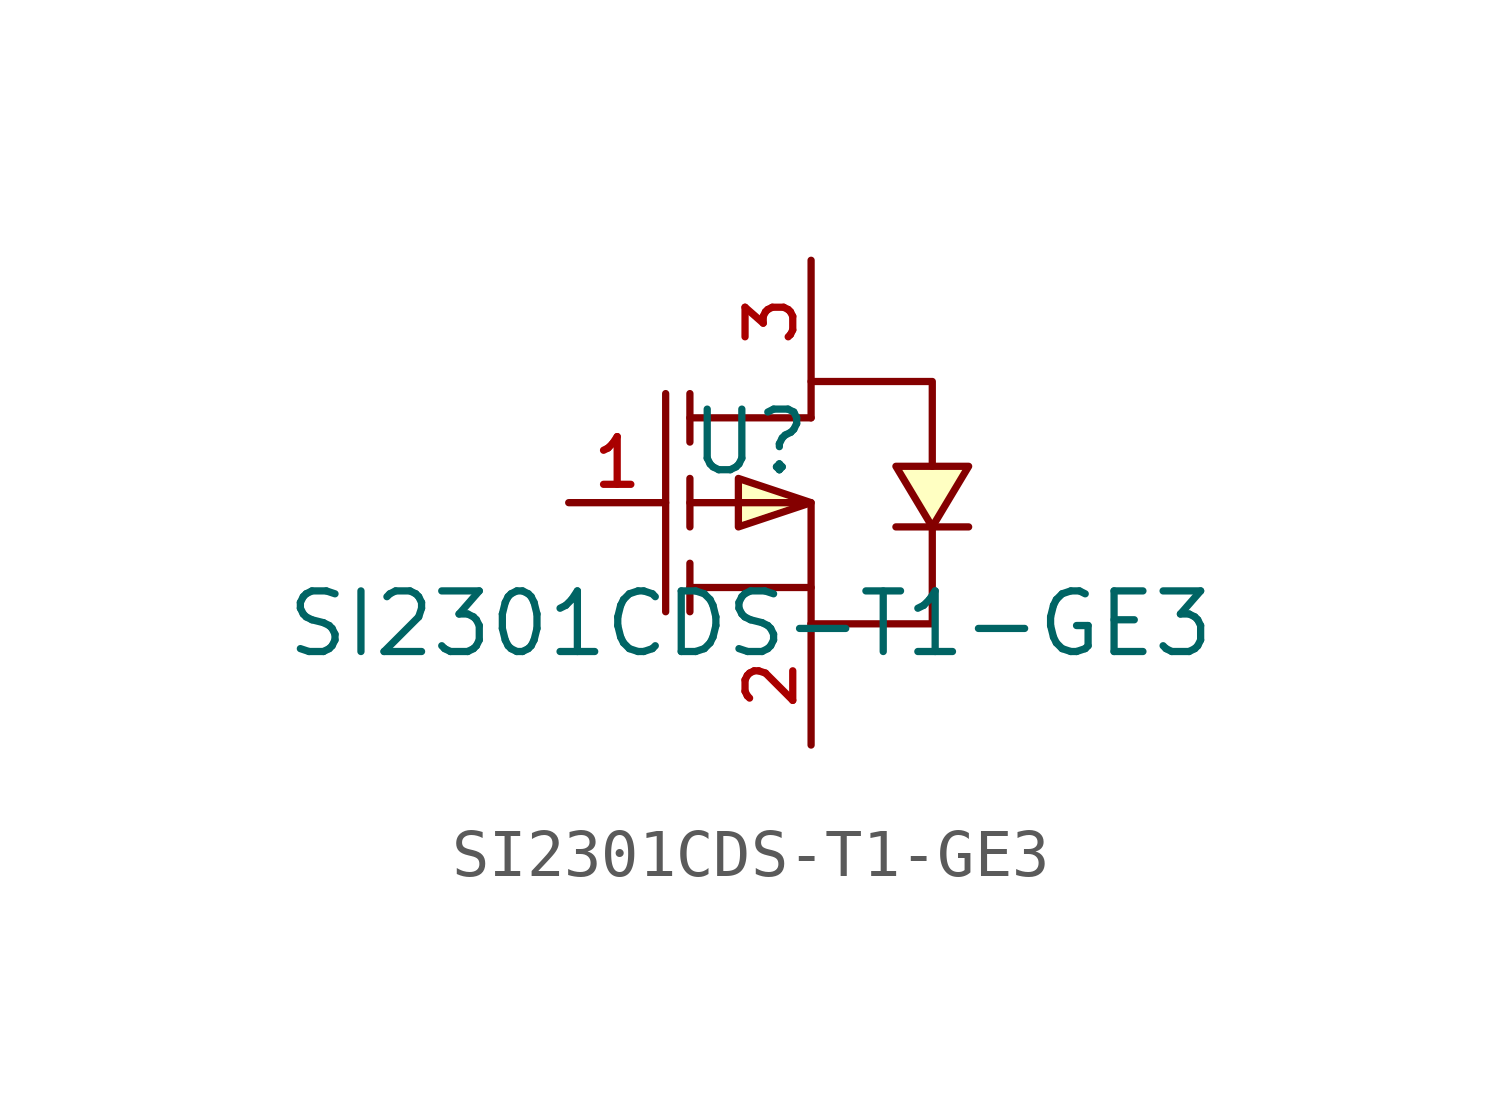
<source format=kicad_sym>
(kicad_symbol_lib
  (version 20210201)
  (generator TousstNicolas/JLC2KiCad_lib)
  (symbol "SI2301CDS-T1-GE3"
    (pin_names hide)
    (property "Reference" "U"
      (at 0 1.27 0)
      (effects (font (size 1.27 1.27))))
    (property "Value" "SI2301CDS-T1-GE3"
      (at 0 -2.54 0)
      (effects (font (size 1.27 1.27))))
    (symbol "SI2301CDS-T1-GE3_0_1"
      (polyline (pts (xy 1.27 -0.0) (xy -0.254 0.508) (xy -0.254 -0.508) (xy 1.27 -0.0)) (stroke (width 0) (type default) (color 0 0 0 0)) (fill (type background)))
      (polyline (pts (xy 3.81 -0.508) (xy 4.572 0.762) (xy 3.048 0.762) (xy 3.81 -0.508)) (stroke (width 0) (type default) (color 0 0 0 0)) (fill (type background)))
      (polyline (pts (xy 1.27 -2.54) (xy 3.81 -2.54) (xy 3.81 -0.508)) (stroke (width 0) (type default) (color 0 0 0 0)) (fill (type none)))
      (polyline (pts (xy 1.27 1.778) (xy 1.27 2.54) (xy 3.81 2.54) (xy 3.81 0.762)) (stroke (width 0) (type default) (color 0 0 0 0)) (fill (type none)))
      (polyline (pts (xy 1.27 1.778) (xy -1.27 1.778)) (stroke (width 0) (type default) (color 0 0 0 0)) (fill (type none)))
      (polyline (pts (xy -1.27 -0.0) (xy 1.27 -0.0) (xy 1.27 -2.54)) (stroke (width 0) (type default) (color 0 0 0 0)) (fill (type none)))
      (polyline (pts (xy 1.27 -1.778) (xy -1.27 -1.778)) (stroke (width 0) (type default) (color 0 0 0 0)) (fill (type none)))
      (polyline (pts (xy -1.778 2.286) (xy -1.778 -2.286)) (stroke (width 0) (type default) (color 0 0 0 0)) (fill (type none)))
      (polyline (pts (xy -1.27 1.27) (xy -1.27 2.286)) (stroke (width 0) (type default) (color 0 0 0 0)) (fill (type none)))
      (polyline (pts (xy -1.27 -0.508) (xy -1.27 0.508)) (stroke (width 0) (type default) (color 0 0 0 0)) (fill (type none)))
      (polyline (pts (xy -1.27 -2.286) (xy -1.27 -1.27)) (stroke (width 0) (type default) (color 0 0 0 0)) (fill (type none)))
      (polyline (pts (xy 4.572 -0.508) (xy 4.318 -0.508) (xy 3.302 -0.508) (xy 3.048 -0.508)) (stroke (width 0) (type default) (color 0 0 0 0)) (fill (type none)))
      (pin unspecified line (at 1.27 5.08 270) (length 2.54) (name "D" (effects (font (size 1 1)))) (number "3" (effects (font (size 1 1)))))
      (pin unspecified line (at -3.81 -0.0 0) (length 2.032) (name "G" (effects (font (size 1 1)))) (number "1" (effects (font (size 1 1)))))
      (pin unspecified line (at 1.27 -5.08 90) (length 2.54) (name "S" (effects (font (size 1 1)))) (number "2" (effects (font (size 1 1))))))))
</source>
